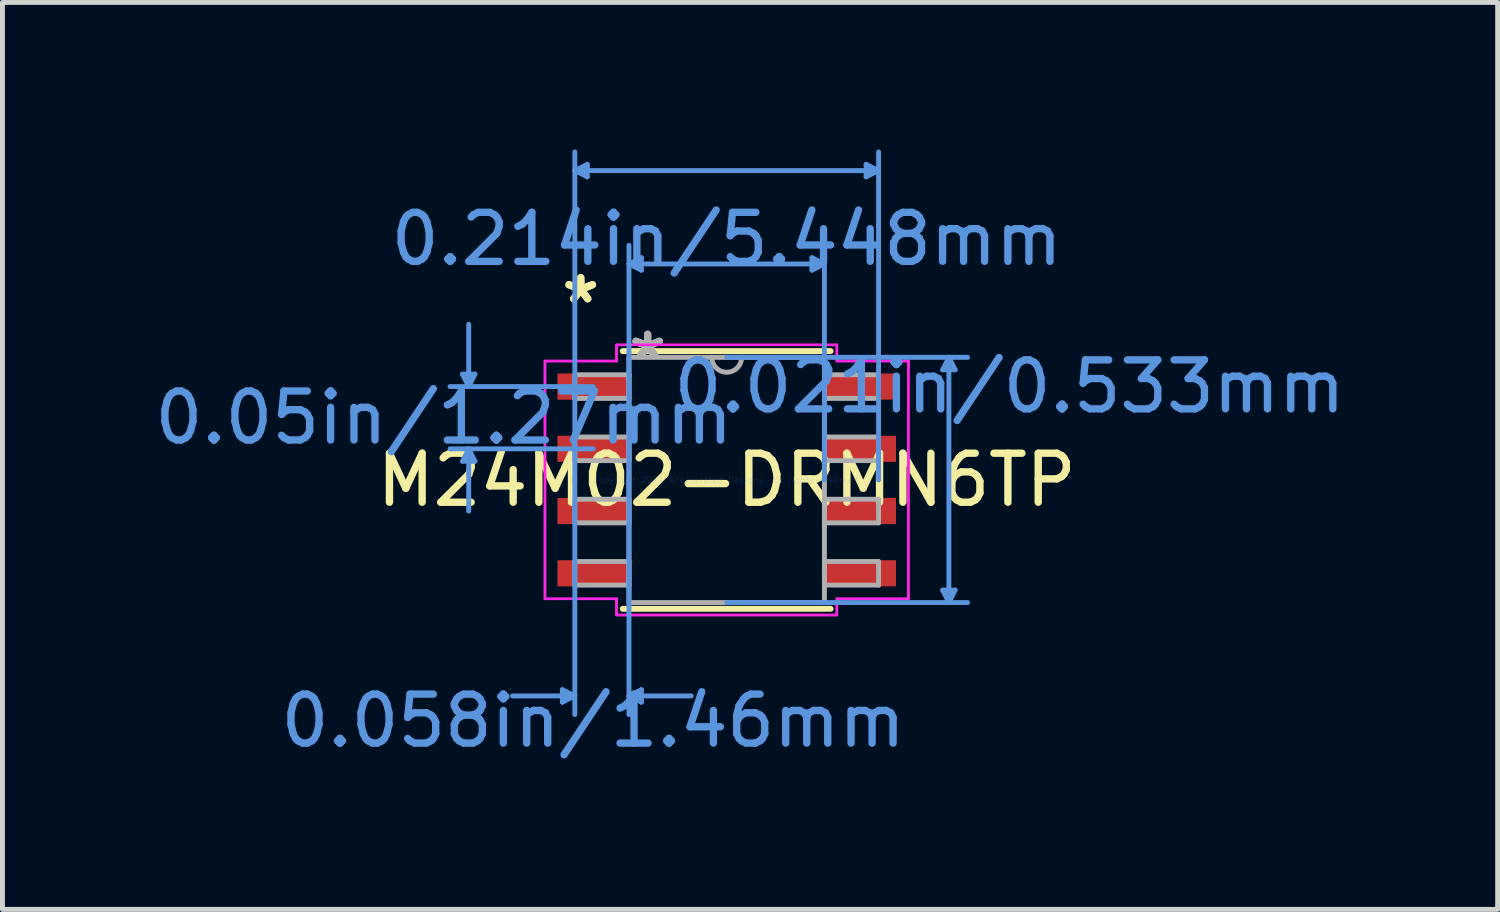
<source format=kicad_pcb>
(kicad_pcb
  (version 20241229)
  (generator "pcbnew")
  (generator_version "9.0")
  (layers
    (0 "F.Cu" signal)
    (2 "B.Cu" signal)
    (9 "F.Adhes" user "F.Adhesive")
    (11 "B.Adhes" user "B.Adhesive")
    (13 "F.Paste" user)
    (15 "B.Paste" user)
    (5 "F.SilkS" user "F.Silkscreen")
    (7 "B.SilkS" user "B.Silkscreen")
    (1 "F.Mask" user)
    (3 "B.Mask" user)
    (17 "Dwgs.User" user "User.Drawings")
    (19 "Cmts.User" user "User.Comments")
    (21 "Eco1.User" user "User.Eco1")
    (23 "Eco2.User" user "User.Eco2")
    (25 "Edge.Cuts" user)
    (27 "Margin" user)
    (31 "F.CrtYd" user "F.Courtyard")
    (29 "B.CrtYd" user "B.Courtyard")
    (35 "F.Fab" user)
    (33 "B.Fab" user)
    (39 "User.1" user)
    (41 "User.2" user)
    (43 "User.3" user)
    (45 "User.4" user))
  (footprint "M24M02-DRMN6TP"
    (layer "F.Cu")
    (at 11.778 6.743)
    (property "Reference" "M24M02-DRMN6TP" (at 0 0 0) (layer "F.SilkS") (effects (font (size 1 1) (thickness 0.15))))
    (attr through_hole)
    (fp_line (start -2.121 2.629) (end 2.121 2.629) (stroke (width 0.12) (type solid)) (layer "F.SilkS"))
    (fp_line (start 2.121 -2.629) (end -2.121 -2.629) (stroke (width 0.12) (type solid)) (layer "F.SilkS"))
    (fp_line (start -5.391 -2.159) (end -5.137 -2.159) (stroke (width 0.1) (type solid)) (layer "Cmts.User"))
    (fp_line (start -5.391 -0.381) (end -5.137 -0.381) (stroke (width 0.1) (type solid)) (layer "Cmts.User"))
    (fp_line (start -5.264 -1.905) (end -5.391 -2.159) (stroke (width 0.1) (type solid)) (layer "Cmts.User"))
    (fp_line (start -5.264 -1.905) (end -5.264 -3.175) (stroke (width 0.1) (type solid)) (layer "Cmts.User"))
    (fp_line (start -5.264 -1.905) (end -5.137 -2.159) (stroke (width 0.1) (type solid)) (layer "Cmts.User"))
    (fp_line (start -5.264 -0.635) (end -5.391 -0.381) (stroke (width 0.1) (type solid)) (layer "Cmts.User"))
    (fp_line (start -5.264 -0.635) (end -5.264 0.635) (stroke (width 0.1) (type solid)) (layer "Cmts.User"))
    (fp_line (start -5.264 -0.635) (end -5.137 -0.381) (stroke (width 0.1) (type solid)) (layer "Cmts.User"))
    (fp_line (start -3.353 4.28) (end -3.353 4.534) (stroke (width 0.1) (type solid)) (layer "Cmts.User"))
    (fp_line (start -3.099 -6.312) (end -2.845 -6.439) (stroke (width 0.1) (type solid)) (layer "Cmts.User"))
    (fp_line (start -3.099 -6.312) (end -2.845 -6.185) (stroke (width 0.1) (type solid)) (layer "Cmts.User"))
    (fp_line (start -3.099 -6.312) (end 3.099 -6.312) (stroke (width 0.1) (type solid)) (layer "Cmts.User"))
    (fp_line (start -3.099 0) (end -3.099 -6.693) (stroke (width 0.1) (type solid)) (layer "Cmts.User"))
    (fp_line (start -3.099 0) (end -3.099 4.788) (stroke (width 0.1) (type solid)) (layer "Cmts.User"))
    (fp_line (start -3.099 4.407) (end -4.369 4.407) (stroke (width 0.1) (type solid)) (layer "Cmts.User"))
    (fp_line (start -3.099 4.407) (end -3.353 4.28) (stroke (width 0.1) (type solid)) (layer "Cmts.User"))
    (fp_line (start -3.099 4.407) (end -3.353 4.534) (stroke (width 0.1) (type solid)) (layer "Cmts.User"))
    (fp_line (start -2.845 -6.439) (end -2.845 -6.185) (stroke (width 0.1) (type solid)) (layer "Cmts.User"))
    (fp_line (start -2.724 -1.905) (end -5.645 -1.905) (stroke (width 0.1) (type solid)) (layer "Cmts.User"))
    (fp_line (start -2.724 -0.635) (end -5.645 -0.635) (stroke (width 0.1) (type solid)) (layer "Cmts.User"))
    (fp_line (start -1.994 -4.407) (end -1.74 -4.534) (stroke (width 0.1) (type solid)) (layer "Cmts.User"))
    (fp_line (start -1.994 -4.407) (end -1.74 -4.28) (stroke (width 0.1) (type solid)) (layer "Cmts.User"))
    (fp_line (start -1.994 -4.407) (end 1.994 -4.407) (stroke (width 0.1) (type solid)) (layer "Cmts.User"))
    (fp_line (start -1.994 0) (end -1.994 -4.788) (stroke (width 0.1) (type solid)) (layer "Cmts.User"))
    (fp_line (start -1.994 0) (end -1.994 4.788) (stroke (width 0.1) (type solid)) (layer "Cmts.User"))
    (fp_line (start -1.994 4.407) (end -1.74 4.28) (stroke (width 0.1) (type solid)) (layer "Cmts.User"))
    (fp_line (start -1.994 4.407) (end -1.74 4.534) (stroke (width 0.1) (type solid)) (layer "Cmts.User"))
    (fp_line (start -1.994 4.407) (end -0.724 4.407) (stroke (width 0.1) (type solid)) (layer "Cmts.User"))
    (fp_line (start -1.74 -4.534) (end -1.74 -4.28) (stroke (width 0.1) (type solid)) (layer "Cmts.User"))
    (fp_line (start -1.74 4.28) (end -1.74 4.534) (stroke (width 0.1) (type solid)) (layer "Cmts.User"))
    (fp_line (start 0 -2.502) (end 4.915 -2.502) (stroke (width 0.1) (type solid)) (layer "Cmts.User"))
    (fp_line (start 0 2.502) (end 4.915 2.502) (stroke (width 0.1) (type solid)) (layer "Cmts.User"))
    (fp_line (start 1.74 -4.534) (end 1.74 -4.28) (stroke (width 0.1) (type solid)) (layer "Cmts.User"))
    (fp_line (start 1.994 -4.407) (end 1.74 -4.534) (stroke (width 0.1) (type solid)) (layer "Cmts.User"))
    (fp_line (start 1.994 -4.407) (end 1.74 -4.28) (stroke (width 0.1) (type solid)) (layer "Cmts.User"))
    (fp_line (start 1.994 0) (end 1.994 -4.788) (stroke (width 0.1) (type solid)) (layer "Cmts.User"))
    (fp_line (start 2.845 -6.439) (end 2.845 -6.185) (stroke (width 0.1) (type solid)) (layer "Cmts.User"))
    (fp_line (start 3.099 -6.312) (end 2.845 -6.439) (stroke (width 0.1) (type solid)) (layer "Cmts.User"))
    (fp_line (start 3.099 -6.312) (end 2.845 -6.185) (stroke (width 0.1) (type solid)) (layer "Cmts.User"))
    (fp_line (start 3.099 0) (end 3.099 -6.693) (stroke (width 0.1) (type solid)) (layer "Cmts.User"))
    (fp_line (start 4.407 -2.248) (end 4.661 -2.248) (stroke (width 0.1) (type solid)) (layer "Cmts.User"))
    (fp_line (start 4.407 2.248) (end 4.661 2.248) (stroke (width 0.1) (type solid)) (layer "Cmts.User"))
    (fp_line (start 4.534 -2.502) (end 4.407 -2.248) (stroke (width 0.1) (type solid)) (layer "Cmts.User"))
    (fp_line (start 4.534 -2.502) (end 4.534 2.502) (stroke (width 0.1) (type solid)) (layer "Cmts.User"))
    (fp_line (start 4.534 -2.502) (end 4.661 -2.248) (stroke (width 0.1) (type solid)) (layer "Cmts.User"))
    (fp_line (start 4.534 2.502) (end 4.407 2.248) (stroke (width 0.1) (type solid)) (layer "Cmts.User"))
    (fp_line (start 4.534 2.502) (end 4.661 2.248) (stroke (width 0.1) (type solid)) (layer "Cmts.User"))
    (fp_line (start -3.708 -2.426) (end -2.248 -2.426) (stroke (width 0.05) (type solid)) (layer "F.CrtYd"))
    (fp_line (start -3.708 -2.426) (end -2.248 -2.426) (stroke (width 0.05) (type solid)) (layer "F.CrtYd"))
    (fp_line (start -3.708 2.426) (end -3.708 -2.426) (stroke (width 0.05) (type solid)) (layer "F.CrtYd"))
    (fp_line (start -3.708 2.426) (end -3.708 -2.426) (stroke (width 0.05) (type solid)) (layer "F.CrtYd"))
    (fp_line (start -3.708 2.426) (end -2.248 2.426) (stroke (width 0.05) (type solid)) (layer "F.CrtYd"))
    (fp_line (start -2.248 -2.756) (end 2.248 -2.756) (stroke (width 0.05) (type solid)) (layer "F.CrtYd"))
    (fp_line (start -2.248 -2.756) (end 2.248 -2.756) (stroke (width 0.05) (type solid)) (layer "F.CrtYd"))
    (fp_line (start -2.248 -2.426) (end -2.248 -2.756) (stroke (width 0.05) (type solid)) (layer "F.CrtYd"))
    (fp_line (start -2.248 -2.426) (end -2.248 -2.756) (stroke (width 0.05) (type solid)) (layer "F.CrtYd"))
    (fp_line (start -2.248 2.426) (end -3.708 2.426) (stroke (width 0.05) (type solid)) (layer "F.CrtYd"))
    (fp_line (start -2.248 2.756) (end -2.248 2.426) (stroke (width 0.05) (type solid)) (layer "F.CrtYd"))
    (fp_line (start -2.248 2.756) (end -2.248 2.426) (stroke (width 0.05) (type solid)) (layer "F.CrtYd"))
    (fp_line (start 2.248 -2.756) (end 2.248 -2.426) (stroke (width 0.05) (type solid)) (layer "F.CrtYd"))
    (fp_line (start 2.248 -2.756) (end 2.248 -2.426) (stroke (width 0.05) (type solid)) (layer "F.CrtYd"))
    (fp_line (start 2.248 -2.426) (end 3.708 -2.426) (stroke (width 0.05) (type solid)) (layer "F.CrtYd"))
    (fp_line (start 2.248 2.426) (end 2.248 2.756) (stroke (width 0.05) (type solid)) (layer "F.CrtYd"))
    (fp_line (start 2.248 2.426) (end 2.248 2.756) (stroke (width 0.05) (type solid)) (layer "F.CrtYd"))
    (fp_line (start 2.248 2.756) (end -2.248 2.756) (stroke (width 0.05) (type solid)) (layer "F.CrtYd"))
    (fp_line (start 2.248 2.756) (end -2.248 2.756) (stroke (width 0.05) (type solid)) (layer "F.CrtYd"))
    (fp_line (start 3.708 -2.426) (end 2.248 -2.426) (stroke (width 0.05) (type solid)) (layer "F.CrtYd"))
    (fp_line (start 3.708 -2.426) (end 3.708 2.426) (stroke (width 0.05) (type solid)) (layer "F.CrtYd"))
    (fp_line (start 3.708 -2.426) (end 3.708 2.426) (stroke (width 0.05) (type solid)) (layer "F.CrtYd"))
    (fp_line (start 3.708 2.426) (end 2.248 2.426) (stroke (width 0.05) (type solid)) (layer "F.CrtYd"))
    (fp_line (start 3.708 2.426) (end 2.248 2.426) (stroke (width 0.05) (type solid)) (layer "F.CrtYd"))
    (fp_line (start -3.099 -2.146) (end -3.099 -1.664) (stroke (width 0.1) (type solid)) (layer "F.Fab"))
    (fp_line (start -3.099 -1.664) (end -1.994 -1.664) (stroke (width 0.1) (type solid)) (layer "F.Fab"))
    (fp_line (start -3.099 -0.876) (end -3.099 -0.394) (stroke (width 0.1) (type solid)) (layer "F.Fab"))
    (fp_line (start -3.099 -0.394) (end -1.994 -0.394) (stroke (width 0.1) (type solid)) (layer "F.Fab"))
    (fp_line (start -3.099 0.394) (end -3.099 0.876) (stroke (width 0.1) (type solid)) (layer "F.Fab"))
    (fp_line (start -3.099 0.876) (end -1.994 0.876) (stroke (width 0.1) (type solid)) (layer "F.Fab"))
    (fp_line (start -3.099 1.664) (end -3.099 2.146) (stroke (width 0.1) (type solid)) (layer "F.Fab"))
    (fp_line (start -3.099 2.146) (end -1.994 2.146) (stroke (width 0.1) (type solid)) (layer "F.Fab"))
    (fp_line (start -1.994 -2.502) (end -1.994 2.502) (stroke (width 0.1) (type solid)) (layer "F.Fab"))
    (fp_line (start -1.994 -2.146) (end -3.099 -2.146) (stroke (width 0.1) (type solid)) (layer "F.Fab"))
    (fp_line (start -1.994 -1.664) (end -1.994 -2.146) (stroke (width 0.1) (type solid)) (layer "F.Fab"))
    (fp_line (start -1.994 -0.876) (end -3.099 -0.876) (stroke (width 0.1) (type solid)) (layer "F.Fab"))
    (fp_line (start -1.994 -0.394) (end -1.994 -0.876) (stroke (width 0.1) (type solid)) (layer "F.Fab"))
    (fp_line (start -1.994 0.394) (end -3.099 0.394) (stroke (width 0.1) (type solid)) (layer "F.Fab"))
    (fp_line (start -1.994 0.876) (end -1.994 0.394) (stroke (width 0.1) (type solid)) (layer "F.Fab"))
    (fp_line (start -1.994 1.664) (end -3.099 1.664) (stroke (width 0.1) (type solid)) (layer "F.Fab"))
    (fp_line (start -1.994 2.146) (end -1.994 1.664) (stroke (width 0.1) (type solid)) (layer "F.Fab"))
    (fp_line (start -1.994 2.502) (end 1.994 2.502) (stroke (width 0.1) (type solid)) (layer "F.Fab"))
    (fp_line (start 1.994 -2.502) (end -1.994 -2.502) (stroke (width 0.1) (type solid)) (layer "F.Fab"))
    (fp_line (start 1.994 -2.146) (end 1.994 -1.664) (stroke (width 0.1) (type solid)) (layer "F.Fab"))
    (fp_line (start 1.994 -1.664) (end 3.099 -1.664) (stroke (width 0.1) (type solid)) (layer "F.Fab"))
    (fp_line (start 1.994 -0.876) (end 1.994 -0.394) (stroke (width 0.1) (type solid)) (layer "F.Fab"))
    (fp_line (start 1.994 -0.394) (end 3.099 -0.394) (stroke (width 0.1) (type solid)) (layer "F.Fab"))
    (fp_line (start 1.994 0.394) (end 1.994 0.876) (stroke (width 0.1) (type solid)) (layer "F.Fab"))
    (fp_line (start 1.994 0.876) (end 3.099 0.876) (stroke (width 0.1) (type solid)) (layer "F.Fab"))
    (fp_line (start 1.994 1.664) (end 1.994 2.146) (stroke (width 0.1) (type solid)) (layer "F.Fab"))
    (fp_line (start 1.994 2.146) (end 3.099 2.146) (stroke (width 0.1) (type solid)) (layer "F.Fab"))
    (fp_line (start 1.994 2.502) (end 1.994 -2.502) (stroke (width 0.1) (type solid)) (layer "F.Fab"))
    (fp_line (start 3.099 -2.146) (end 1.994 -2.146) (stroke (width 0.1) (type solid)) (layer "F.Fab"))
    (fp_line (start 3.099 -1.664) (end 3.099 -2.146) (stroke (width 0.1) (type solid)) (layer "F.Fab"))
    (fp_line (start 3.099 -0.876) (end 1.994 -0.876) (stroke (width 0.1) (type solid)) (layer "F.Fab"))
    (fp_line (start 3.099 -0.394) (end 3.099 -0.876) (stroke (width 0.1) (type solid)) (layer "F.Fab"))
    (fp_line (start 3.099 0.394) (end 1.994 0.394) (stroke (width 0.1) (type solid)) (layer "F.Fab"))
    (fp_line (start 3.099 0.876) (end 3.099 0.394) (stroke (width 0.1) (type solid)) (layer "F.Fab"))
    (fp_line (start 3.099 1.664) (end 1.994 1.664) (stroke (width 0.1) (type solid)) (layer "F.Fab"))
    (fp_line (start 3.099 2.146) (end 3.099 1.664) (stroke (width 0.1) (type solid)) (layer "F.Fab"))
    (fp_arc (start 0.3048 -2.5019) (mid 0 -2.1971) (end -0.3048 -2.5019) (stroke (width 0.1) (type solid)) (layer "F.Fab"))
    (fp_text user "*" (at -2.978 -3.581 0) (layer "F.SilkS") (effects (font (size 1 1) (thickness 0.15))))
    (fp_text user "*" (at -2.978 -3.581 0) (layer "F.SilkS") (effects (font (size 1 1) (thickness 0.15))))
    (fp_text user "0.021in/0.533mm" (at 5.772 -1.905 0) (layer "Cmts.User") (effects (font (size 1 1) (thickness 0.15))))
    (fp_text user "Copyright 2021 Accelerated Designs. All rights reserved." (at 0 0 0) (layer "Cmts.User") (effects (font (size 0.127 0.127) (thickness 0.002))))
    (fp_text user "0.058in/1.46mm" (at -2.724 4.915 0) (layer "Cmts.User") (effects (font (size 1 1) (thickness 0.15))))
    (fp_text user "0.05in/1.27mm" (at -5.772 -1.27 0) (layer "Cmts.User") (effects (font (size 1 1) (thickness 0.15))))
    (fp_text user "0.214in/5.448mm" (at 0 -4.915 0) (layer "Cmts.User") (effects (font (size 1 1) (thickness 0.15))))
    (fp_text user "*" (at -1.613 -2.426 0) (layer "F.Fab") (effects (font (size 1 1) (thickness 0.15))))
    (fp_text user "*" (at -1.613 -2.426 0) (layer "F.Fab") (effects (font (size 1 1) (thickness 0.15))))
    (pad "1" smd rect (at -2.724 -1.905) (size 1.46 0.533) (layers "F.Cu" "F.Mask" "F.Paste"))
    (pad "2" smd rect (at -2.724 -0.635) (size 1.46 0.533) (layers "F.Cu" "F.Mask" "F.Paste"))
    (pad "3" smd rect (at -2.724 0.635) (size 1.46 0.533) (layers "F.Cu" "F.Mask" "F.Paste"))
    (pad "4" smd rect (at -2.724 1.905) (size 1.46 0.533) (layers "F.Cu" "F.Mask" "F.Paste"))
    (pad "5" smd rect (at 2.724 1.905) (size 1.46 0.533) (layers "F.Cu" "F.Mask" "F.Paste"))
    (pad "6" smd rect (at 2.724 0.635) (size 1.46 0.533) (layers "F.Cu" "F.Mask" "F.Paste"))
    (pad "7" smd rect (at 2.724 -0.635) (size 1.46 0.533) (layers "F.Cu" "F.Mask" "F.Paste"))
    (pad "8" smd rect (at 2.724 -1.905) (size 1.46 0.533) (layers "F.Cu" "F.Mask" "F.Paste")))
  (gr_rect
    (start -3 -3)
    (end 27.509 15.506)
    (stroke (width 0.1) (type default))
    (fill no)
    (layer "Edge.Cuts")))
</source>
